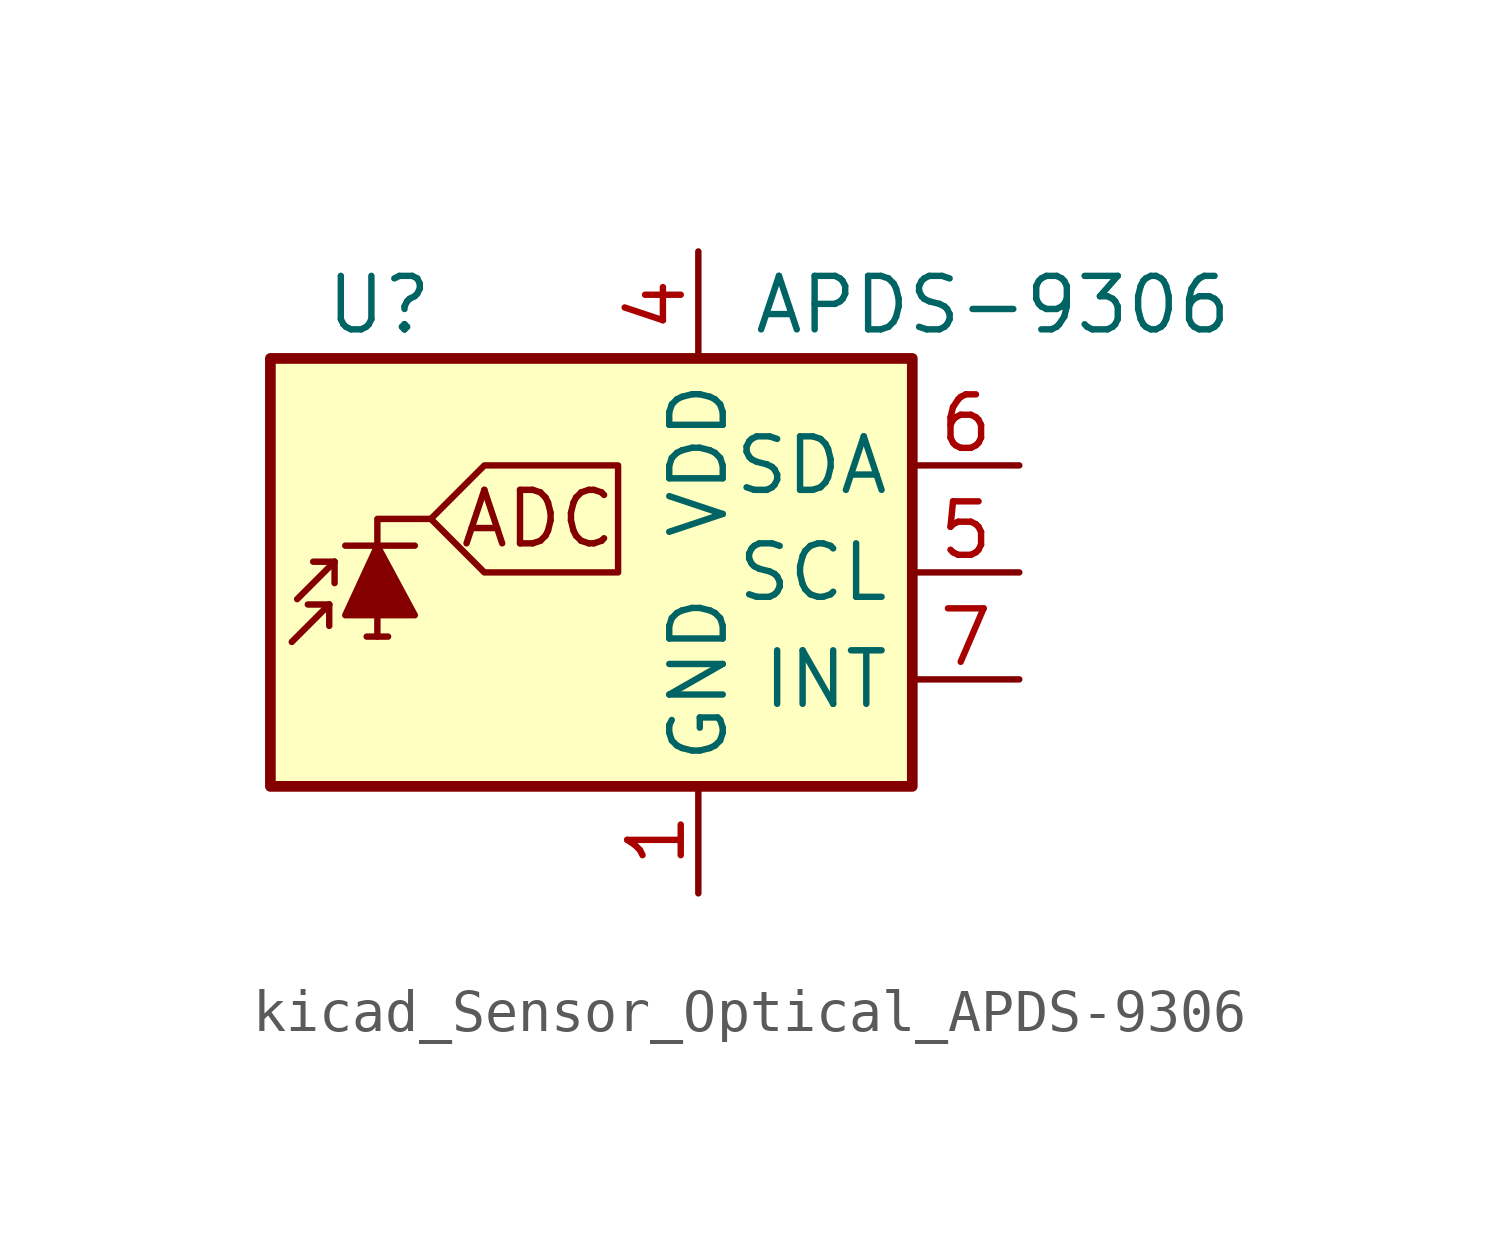
<source format=kicad_sym>
(kicad_symbol_lib
  (version 20220914)
  (generator kicad_symbol_editor)
  (symbol "kicad_Sensor_Optical_APDS-9306"
    (property "Reference" "U"
      (at -6.35 6.35 0)
      (effects (font (size 1.27 1.27)) (justify left)))
    (property "Value" "APDS-9306"
      (at 3.81 6.35 0)
      (effects (font (size 1.27 1.27)) (justify left)))
    (symbol "kicad_Sensor_Optical_APDS-9306_0_0"
      (polyline (pts (xy -3.81 1.27) (xy -2.54 2.54) (xy 0.635 2.54) (xy 0.635 0) (xy -2.54 0) (xy -3.81 1.27)) (stroke (width 0) (type default)) (fill (type none)))
      (text "ADC" (at -1.27 1.27 0) (effects (font (size 1.27 1.27)))))
    (symbol "kicad_Sensor_Optical_APDS-9306_0_1"
      (rectangle (start -7.62 5.08) (end 7.62 -5.08) (stroke (width 0.254) (type default)) (fill (type background))))
    (symbol "kicad_Sensor_Optical_APDS-9306_1_0"
      (polyline (pts (xy -5.08 -1.524) (xy -5.08 1.27) (xy -3.81 1.27)) (stroke (width 0) (type default)) (fill (type none))))
    (symbol "kicad_Sensor_Optical_APDS-9306_1_1"
      (polyline (pts (xy -6.223 -0.762) (xy -7.112 -1.651)) (stroke (width 0) (type default)) (fill (type none)))
      (polyline (pts (xy -6.223 -0.762) (xy -6.731 -0.762)) (stroke (width 0) (type default)) (fill (type none)))
      (polyline (pts (xy -6.223 -0.762) (xy -6.223 -1.27)) (stroke (width 0) (type default)) (fill (type none)))
      (polyline (pts (xy -6.096 0.254) (xy -6.985 -0.635)) (stroke (width 0) (type default)) (fill (type none)))
      (polyline (pts (xy -6.096 0.254) (xy -6.604 0.254)) (stroke (width 0) (type default)) (fill (type none)))
      (polyline (pts (xy -6.096 0.254) (xy -6.096 -0.254)) (stroke (width 0) (type default)) (fill (type none)))
      (polyline (pts (xy -5.842 0.635) (xy -4.191 0.635)) (stroke (width 0) (type default)) (fill (type none)))
      (polyline (pts (xy -4.826 -1.524) (xy -5.334 -1.524)) (stroke (width 0) (type default)) (fill (type none)))
      (polyline (pts (xy -5.842 -1.016) (xy -4.191 -1.016) (xy -5.08 0.635) (xy -5.842 -1.016)) (stroke (width 0) (type default)) (fill (type outline)))
      (pin power_in line (at 2.54 -7.62 90) (length 2.54) (name "GND" (effects (font (size 1.27 1.27)))) (number "1" (effects (font (size 1.27 1.27)))))
      (pin no_connect line (at -7.62 -5.08 0) (length 2.54) hide (name "NC" (effects (font (size 1.27 1.27)))) (number "2" (effects (font (size 1.27 1.27)))))
      (pin no_connect line (at -7.62 5.08 0) (length 2.54) hide (name "NC" (effects (font (size 1.27 1.27)))) (number "3" (effects (font (size 1.27 1.27)))))
      (pin power_in line (at 2.54 7.62 270) (length 2.54) (name "VDD" (effects (font (size 1.27 1.27)))) (number "4" (effects (font (size 1.27 1.27)))))
      (pin input line (at 10.16 0 180) (length 2.54) (name "SCL" (effects (font (size 1.27 1.27)))) (number "5" (effects (font (size 1.27 1.27)))))
      (pin bidirectional line (at 10.16 2.54 180) (length 2.54) (name "SDA" (effects (font (size 1.27 1.27)))) (number "6" (effects (font (size 1.27 1.27)))))
      (pin open_collector line (at 10.16 -2.54 180) (length 2.54) (name "INT" (effects (font (size 1.27 1.27)))) (number "7" (effects (font (size 1.27 1.27)))))
      (pin no_connect line (at -7.62 2.54 0) (length 2.54) hide (name "NC" (effects (font (size 1.27 1.27)))) (number "8" (effects (font (size 1.27 1.27))))))))
</source>
